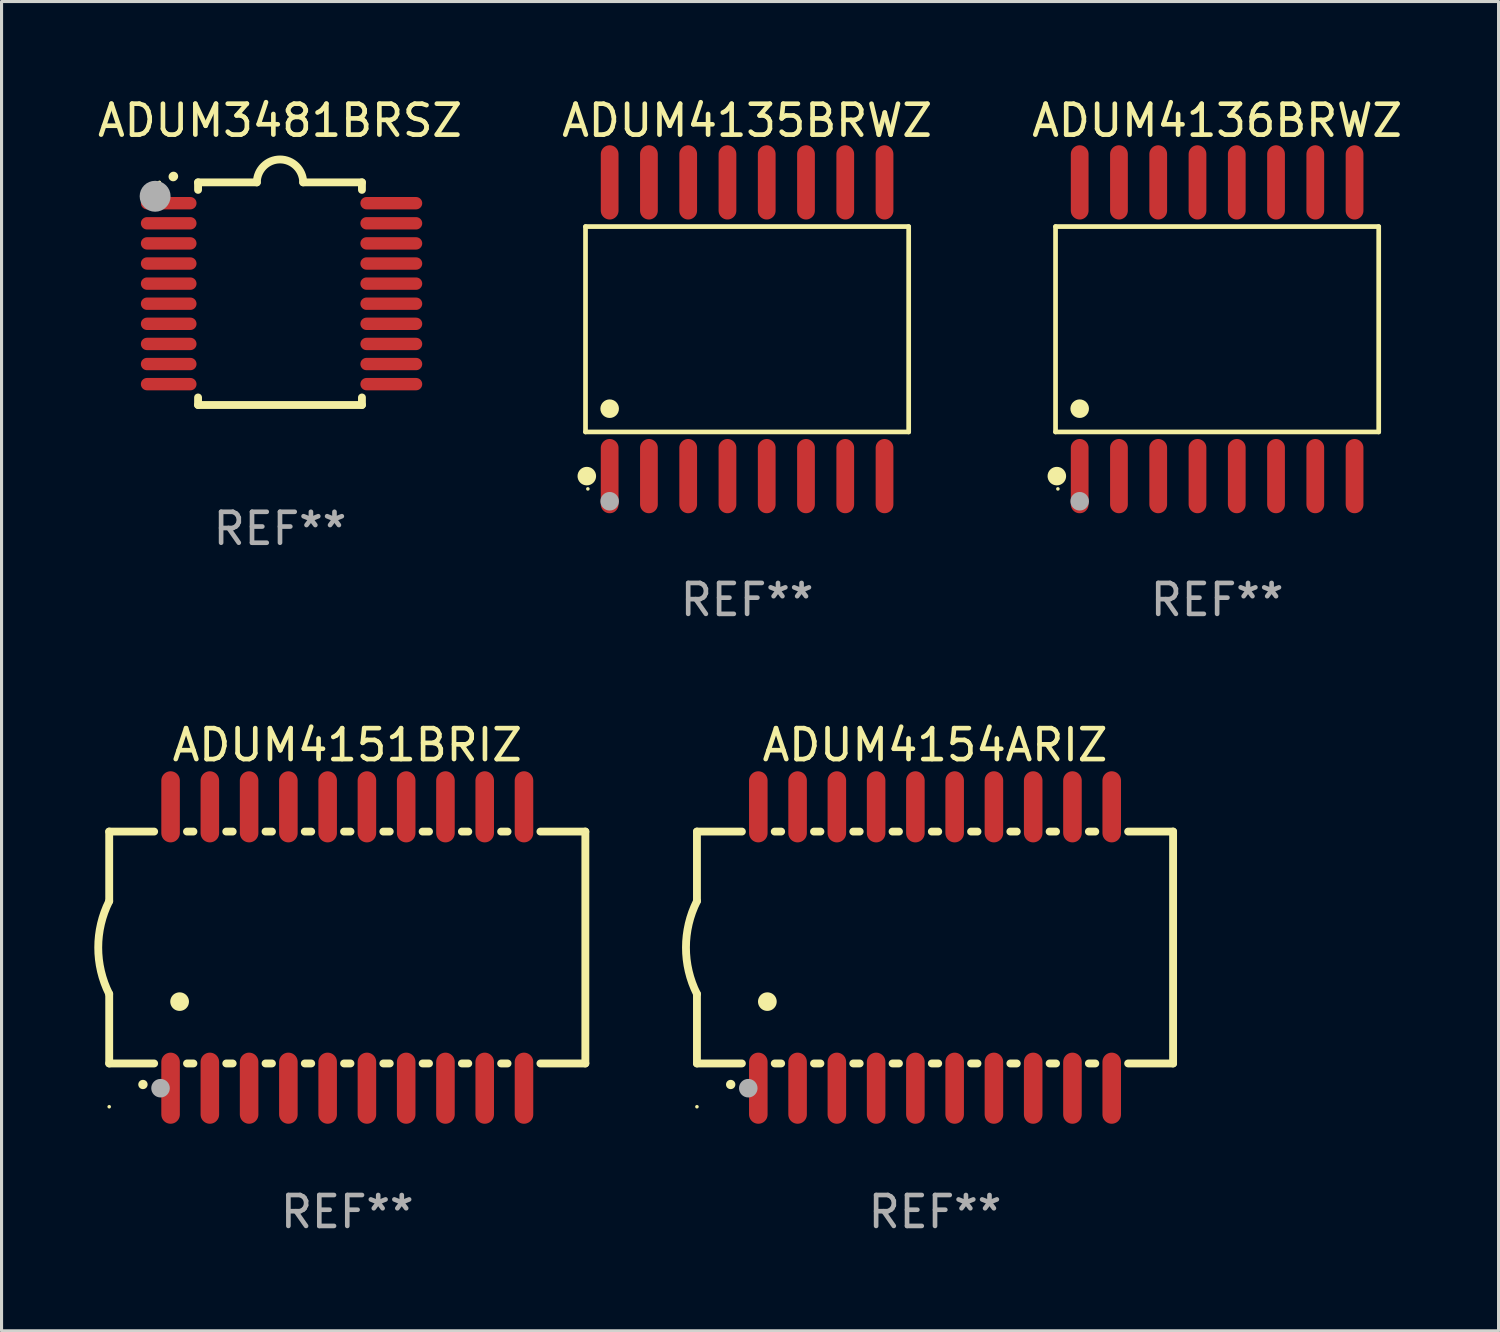
<source format=kicad_pcb>
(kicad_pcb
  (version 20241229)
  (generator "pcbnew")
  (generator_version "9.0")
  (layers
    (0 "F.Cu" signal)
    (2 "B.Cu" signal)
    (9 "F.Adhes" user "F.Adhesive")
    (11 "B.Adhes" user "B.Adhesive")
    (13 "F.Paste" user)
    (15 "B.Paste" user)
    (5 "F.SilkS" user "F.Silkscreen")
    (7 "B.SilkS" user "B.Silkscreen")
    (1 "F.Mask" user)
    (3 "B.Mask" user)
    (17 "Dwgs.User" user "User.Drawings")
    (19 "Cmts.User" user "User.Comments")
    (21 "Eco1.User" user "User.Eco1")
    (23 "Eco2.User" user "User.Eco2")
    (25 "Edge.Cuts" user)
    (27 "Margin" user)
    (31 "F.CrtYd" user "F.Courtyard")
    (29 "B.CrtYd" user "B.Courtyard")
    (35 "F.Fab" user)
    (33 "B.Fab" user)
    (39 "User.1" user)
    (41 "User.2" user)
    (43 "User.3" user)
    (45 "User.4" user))
  (footprint "ADUM4135BRWZ"
    (layer "F.Cu")
    (at 21.113 7.599)
    (property "Reference" "ADUM4135BRWZ" (at 0 -6.75 0) (layer "F.SilkS") (effects (font (size 1 1) (thickness 0.15))))
    (attr through_hole)
    (fp_line (start -5.226 -3.321) (end 5.226 -3.321) (stroke (width 0.152) (type solid)) (layer "F.SilkS"))
    (fp_line (start -5.226 3.321) (end -5.226 -3.321) (stroke (width 0.152) (type solid)) (layer "F.SilkS"))
    (fp_line (start 5.226 -3.321) (end 5.226 3.321) (stroke (width 0.152) (type solid)) (layer "F.SilkS"))
    (fp_line (start 5.226 3.321) (end -5.226 3.321) (stroke (width 0.152) (type solid)) (layer "F.SilkS"))
    (fp_circle (center -5.184 4.75) (end -5.034 4.75) (stroke (width 0.3) (type solid)) (fill no) (layer "F.SilkS"))
    (fp_circle (center -5.15 5.163) (end -5.12 5.163) (stroke (width 0.06) (type solid)) (fill no) (layer "F.SilkS"))
    (fp_circle (center -4.445 2.569) (end -4.295 2.569) (stroke (width 0.3) (type solid)) (fill no) (layer "F.SilkS"))
    (fp_circle (center -4.445 5.563) (end -4.295 5.563) (stroke (width 0.3) (type solid)) (fill no) (layer "F.Fab"))
    (fp_text user "REF**" (at 0 8.75 0) (layer "F.Fab") (effects (font (size 1 1) (thickness 0.15))))
    (pad "1" smd oval (at -4.445 4.75) (size 0.574 2.401) (layers "F.Cu" "F.Mask" "F.Paste"))
    (pad "2" smd oval (at -3.175 4.75) (size 0.574 2.401) (layers "F.Cu" "F.Mask" "F.Paste"))
    (pad "3" smd oval (at -1.905 4.75) (size 0.574 2.401) (layers "F.Cu" "F.Mask" "F.Paste"))
    (pad "4" smd oval (at -0.635 4.75) (size 0.574 2.401) (layers "F.Cu" "F.Mask" "F.Paste"))
    (pad "5" smd oval (at 0.635 4.75) (size 0.574 2.401) (layers "F.Cu" "F.Mask" "F.Paste"))
    (pad "6" smd oval (at 1.905 4.75) (size 0.574 2.401) (layers "F.Cu" "F.Mask" "F.Paste"))
    (pad "7" smd oval (at 3.175 4.75) (size 0.574 2.401) (layers "F.Cu" "F.Mask" "F.Paste"))
    (pad "8" smd oval (at 4.445 4.75) (size 0.574 2.401) (layers "F.Cu" "F.Mask" "F.Paste"))
    (pad "9" smd oval (at 4.445 -4.75) (size 0.574 2.401) (layers "F.Cu" "F.Mask" "F.Paste"))
    (pad "10" smd oval (at 3.175 -4.75) (size 0.574 2.401) (layers "F.Cu" "F.Mask" "F.Paste"))
    (pad "11" smd oval (at 1.905 -4.75) (size 0.574 2.401) (layers "F.Cu" "F.Mask" "F.Paste"))
    (pad "12" smd oval (at 0.635 -4.75) (size 0.574 2.401) (layers "F.Cu" "F.Mask" "F.Paste"))
    (pad "13" smd oval (at -0.635 -4.75) (size 0.574 2.401) (layers "F.Cu" "F.Mask" "F.Paste"))
    (pad "14" smd oval (at -1.905 -4.75) (size 0.574 2.401) (layers "F.Cu" "F.Mask" "F.Paste"))
    (pad "15" smd oval (at -3.175 -4.75) (size 0.574 2.401) (layers "F.Cu" "F.Mask" "F.Paste"))
    (pad "16" smd oval (at -4.445 -4.75) (size 0.574 2.401) (layers "F.Cu" "F.Mask" "F.Paste")))
  (footprint "ADUM4154ARIZ"
    (layer "F.Cu")
    (at 27.191 27.595)
    (property "Reference" "ADUM4154ARIZ" (at 0 -6.55 0) (layer "F.SilkS") (effects (font (size 1 1) (thickness 0.15))))
    (attr through_hole)
    (fp_line (start -7.7 -3.75) (end -7.7 -1.5) (stroke (width 0.254) (type solid)) (layer "F.SilkS"))
    (fp_line (start -7.7 -3.75) (end -6.246 -3.75) (stroke (width 0.254) (type solid)) (layer "F.SilkS"))
    (fp_line (start -7.7 3.75) (end -7.7 1.5) (stroke (width 0.254) (type solid)) (layer "F.SilkS"))
    (fp_line (start -7.7 3.75) (end -6.246 3.75) (stroke (width 0.254) (type solid)) (layer "F.SilkS"))
    (fp_line (start -5.184 -3.75) (end -4.976 -3.75) (stroke (width 0.254) (type solid)) (layer "F.SilkS"))
    (fp_line (start -5.184 3.75) (end -4.976 3.75) (stroke (width 0.254) (type solid)) (layer "F.SilkS"))
    (fp_line (start -3.914 -3.75) (end -3.706 -3.75) (stroke (width 0.254) (type solid)) (layer "F.SilkS"))
    (fp_line (start -3.914 3.75) (end -3.706 3.75) (stroke (width 0.254) (type solid)) (layer "F.SilkS"))
    (fp_line (start -2.644 -3.75) (end -2.436 -3.75) (stroke (width 0.254) (type solid)) (layer "F.SilkS"))
    (fp_line (start -2.644 3.75) (end -2.436 3.75) (stroke (width 0.254) (type solid)) (layer "F.SilkS"))
    (fp_line (start -1.374 -3.75) (end -1.166 -3.75) (stroke (width 0.254) (type solid)) (layer "F.SilkS"))
    (fp_line (start -1.374 3.75) (end -1.166 3.75) (stroke (width 0.254) (type solid)) (layer "F.SilkS"))
    (fp_line (start -0.104 -3.75) (end 0.104 -3.75) (stroke (width 0.254) (type solid)) (layer "F.SilkS"))
    (fp_line (start -0.104 3.75) (end 0.104 3.75) (stroke (width 0.254) (type solid)) (layer "F.SilkS"))
    (fp_line (start 1.166 -3.75) (end 1.374 -3.75) (stroke (width 0.254) (type solid)) (layer "F.SilkS"))
    (fp_line (start 1.166 3.75) (end 1.374 3.75) (stroke (width 0.254) (type solid)) (layer "F.SilkS"))
    (fp_line (start 2.436 -3.75) (end 2.644 -3.75) (stroke (width 0.254) (type solid)) (layer "F.SilkS"))
    (fp_line (start 2.436 3.75) (end 2.644 3.75) (stroke (width 0.254) (type solid)) (layer "F.SilkS"))
    (fp_line (start 3.706 -3.75) (end 3.914 -3.75) (stroke (width 0.254) (type solid)) (layer "F.SilkS"))
    (fp_line (start 3.706 3.75) (end 3.914 3.75) (stroke (width 0.254) (type solid)) (layer "F.SilkS"))
    (fp_line (start 4.976 -3.75) (end 5.184 -3.75) (stroke (width 0.254) (type solid)) (layer "F.SilkS"))
    (fp_line (start 4.976 3.75) (end 5.184 3.75) (stroke (width 0.254) (type solid)) (layer "F.SilkS"))
    (fp_line (start 6.246 -3.75) (end 7.7 -3.75) (stroke (width 0.254) (type solid)) (layer "F.SilkS"))
    (fp_line (start 6.246 3.75) (end 7.7 3.75) (stroke (width 0.254) (type solid)) (layer "F.SilkS"))
    (fp_line (start 7.7 -3.75) (end 7.7 3.75) (stroke (width 0.254) (type solid)) (layer "F.SilkS"))
    (fp_arc (start -7.700939 1.500889) (mid -8.05482 0.000388) (end -7.700025 -1.499898) (stroke (width 0.254001) (type solid)) (layer "F.SilkS"))
    (fp_arc (start -6.610008 4.430099) (mid -6.608738 4.430094) (end -6.607468 4.430099) (stroke (width 0.3) (type solid)) (layer "F.SilkS"))
    (fp_arc (start -5.425451 1.750165) (mid -5.422911 1.750154) (end -5.420371 1.750165) (stroke (width 0.6) (type solid)) (layer "F.SilkS"))
    (fp_circle (center -7.7 5.15) (end -7.67 5.15) (stroke (width 0.06) (type solid)) (fill no) (layer "F.SilkS"))
    (fp_circle (center -6.04 4.55) (end -5.89 4.55) (stroke (width 0.3) (type solid)) (fill no) (layer "F.Fab"))
    (fp_text user "REF**" (at 0 8.55 0) (layer "F.Fab") (effects (font (size 1 1) (thickness 0.15))))
    (pad "1" smd oval (at -5.715 4.55 180) (size 0.6 2.3) (layers "F.Cu" "F.Mask" "F.Paste"))
    (pad "2" smd oval (at -4.445 4.55 180) (size 0.6 2.3) (layers "F.Cu" "F.Mask" "F.Paste"))
    (pad "3" smd oval (at -3.175 4.55 180) (size 0.6 2.3) (layers "F.Cu" "F.Mask" "F.Paste"))
    (pad "4" smd oval (at -1.905 4.55 180) (size 0.6 2.3) (layers "F.Cu" "F.Mask" "F.Paste"))
    (pad "5" smd oval (at -0.635 4.55 180) (size 0.6 2.3) (layers "F.Cu" "F.Mask" "F.Paste"))
    (pad "6" smd oval (at 0.635 4.55 180) (size 0.6 2.3) (layers "F.Cu" "F.Mask" "F.Paste"))
    (pad "7" smd oval (at 1.905 4.55 180) (size 0.6 2.3) (layers "F.Cu" "F.Mask" "F.Paste"))
    (pad "8" smd oval (at 3.175 4.55 180) (size 0.6 2.3) (layers "F.Cu" "F.Mask" "F.Paste"))
    (pad "9" smd oval (at 4.445 4.55 180) (size 0.6 2.3) (layers "F.Cu" "F.Mask" "F.Paste"))
    (pad "10" smd oval (at 5.715 4.55 180) (size 0.6 2.3) (layers "F.Cu" "F.Mask" "F.Paste"))
    (pad "11" smd oval (at 5.715 -4.55 180) (size 0.6 2.3) (layers "F.Cu" "F.Mask" "F.Paste"))
    (pad "12" smd oval (at 4.445 -4.55 180) (size 0.6 2.3) (layers "F.Cu" "F.Mask" "F.Paste"))
    (pad "13" smd oval (at 3.175 -4.55 180) (size 0.6 2.3) (layers "F.Cu" "F.Mask" "F.Paste"))
    (pad "14" smd oval (at 1.905 -4.55 180) (size 0.6 2.3) (layers "F.Cu" "F.Mask" "F.Paste"))
    (pad "15" smd oval (at 0.635 -4.55 180) (size 0.6 2.3) (layers "F.Cu" "F.Mask" "F.Paste"))
    (pad "16" smd oval (at -0.635 -4.55 180) (size 0.6 2.3) (layers "F.Cu" "F.Mask" "F.Paste"))
    (pad "17" smd oval (at -1.905 -4.55 180) (size 0.6 2.3) (layers "F.Cu" "F.Mask" "F.Paste"))
    (pad "18" smd oval (at -3.175 -4.55 180) (size 0.6 2.3) (layers "F.Cu" "F.Mask" "F.Paste"))
    (pad "19" smd oval (at -4.445 -4.55 180) (size 0.6 2.3) (layers "F.Cu" "F.Mask" "F.Paste"))
    (pad "20" smd oval (at -5.715 -4.55 180) (size 0.6 2.3) (layers "F.Cu" "F.Mask" "F.Paste")))
  (footprint "ADUM4151BRIZ"
    (layer "F.Cu")
    (at 8.182 27.595)
    (property "Reference" "ADUM4151BRIZ" (at 0 -6.55 0) (layer "F.SilkS") (effects (font (size 1 1) (thickness 0.15))))
    (attr through_hole)
    (fp_line (start -7.7 -3.75) (end -7.7 -1.5) (stroke (width 0.254) (type solid)) (layer "F.SilkS"))
    (fp_line (start -7.7 -3.75) (end -6.246 -3.75) (stroke (width 0.254) (type solid)) (layer "F.SilkS"))
    (fp_line (start -7.7 3.75) (end -7.7 1.5) (stroke (width 0.254) (type solid)) (layer "F.SilkS"))
    (fp_line (start -7.7 3.75) (end -6.246 3.75) (stroke (width 0.254) (type solid)) (layer "F.SilkS"))
    (fp_line (start -5.184 -3.75) (end -4.976 -3.75) (stroke (width 0.254) (type solid)) (layer "F.SilkS"))
    (fp_line (start -5.184 3.75) (end -4.976 3.75) (stroke (width 0.254) (type solid)) (layer "F.SilkS"))
    (fp_line (start -3.914 -3.75) (end -3.706 -3.75) (stroke (width 0.254) (type solid)) (layer "F.SilkS"))
    (fp_line (start -3.914 3.75) (end -3.706 3.75) (stroke (width 0.254) (type solid)) (layer "F.SilkS"))
    (fp_line (start -2.644 -3.75) (end -2.436 -3.75) (stroke (width 0.254) (type solid)) (layer "F.SilkS"))
    (fp_line (start -2.644 3.75) (end -2.436 3.75) (stroke (width 0.254) (type solid)) (layer "F.SilkS"))
    (fp_line (start -1.374 -3.75) (end -1.166 -3.75) (stroke (width 0.254) (type solid)) (layer "F.SilkS"))
    (fp_line (start -1.374 3.75) (end -1.166 3.75) (stroke (width 0.254) (type solid)) (layer "F.SilkS"))
    (fp_line (start -0.104 -3.75) (end 0.104 -3.75) (stroke (width 0.254) (type solid)) (layer "F.SilkS"))
    (fp_line (start -0.104 3.75) (end 0.104 3.75) (stroke (width 0.254) (type solid)) (layer "F.SilkS"))
    (fp_line (start 1.166 -3.75) (end 1.374 -3.75) (stroke (width 0.254) (type solid)) (layer "F.SilkS"))
    (fp_line (start 1.166 3.75) (end 1.374 3.75) (stroke (width 0.254) (type solid)) (layer "F.SilkS"))
    (fp_line (start 2.436 -3.75) (end 2.644 -3.75) (stroke (width 0.254) (type solid)) (layer "F.SilkS"))
    (fp_line (start 2.436 3.75) (end 2.644 3.75) (stroke (width 0.254) (type solid)) (layer "F.SilkS"))
    (fp_line (start 3.706 -3.75) (end 3.914 -3.75) (stroke (width 0.254) (type solid)) (layer "F.SilkS"))
    (fp_line (start 3.706 3.75) (end 3.914 3.75) (stroke (width 0.254) (type solid)) (layer "F.SilkS"))
    (fp_line (start 4.976 -3.75) (end 5.184 -3.75) (stroke (width 0.254) (type solid)) (layer "F.SilkS"))
    (fp_line (start 4.976 3.75) (end 5.184 3.75) (stroke (width 0.254) (type solid)) (layer "F.SilkS"))
    (fp_line (start 6.246 -3.75) (end 7.7 -3.75) (stroke (width 0.254) (type solid)) (layer "F.SilkS"))
    (fp_line (start 6.246 3.75) (end 7.7 3.75) (stroke (width 0.254) (type solid)) (layer "F.SilkS"))
    (fp_line (start 7.7 -3.75) (end 7.7 3.75) (stroke (width 0.254) (type solid)) (layer "F.SilkS"))
    (fp_arc (start -7.700939 1.500889) (mid -8.05482 0.000388) (end -7.700025 -1.499898) (stroke (width 0.254001) (type solid)) (layer "F.SilkS"))
    (fp_arc (start -6.610008 4.430099) (mid -6.608738 4.430094) (end -6.607468 4.430099) (stroke (width 0.3) (type solid)) (layer "F.SilkS"))
    (fp_arc (start -5.425451 1.750165) (mid -5.422911 1.750154) (end -5.420371 1.750165) (stroke (width 0.6) (type solid)) (layer "F.SilkS"))
    (fp_circle (center -7.7 5.15) (end -7.67 5.15) (stroke (width 0.06) (type solid)) (fill no) (layer "F.SilkS"))
    (fp_circle (center -6.04 4.55) (end -5.89 4.55) (stroke (width 0.3) (type solid)) (fill no) (layer "F.Fab"))
    (fp_text user "REF**" (at 0 8.55 0) (layer "F.Fab") (effects (font (size 1 1) (thickness 0.15))))
    (pad "1" smd oval (at -5.715 4.55 180) (size 0.6 2.3) (layers "F.Cu" "F.Mask" "F.Paste"))
    (pad "2" smd oval (at -4.445 4.55 180) (size 0.6 2.3) (layers "F.Cu" "F.Mask" "F.Paste"))
    (pad "3" smd oval (at -3.175 4.55 180) (size 0.6 2.3) (layers "F.Cu" "F.Mask" "F.Paste"))
    (pad "4" smd oval (at -1.905 4.55 180) (size 0.6 2.3) (layers "F.Cu" "F.Mask" "F.Paste"))
    (pad "5" smd oval (at -0.635 4.55 180) (size 0.6 2.3) (layers "F.Cu" "F.Mask" "F.Paste"))
    (pad "6" smd oval (at 0.635 4.55 180) (size 0.6 2.3) (layers "F.Cu" "F.Mask" "F.Paste"))
    (pad "7" smd oval (at 1.905 4.55 180) (size 0.6 2.3) (layers "F.Cu" "F.Mask" "F.Paste"))
    (pad "8" smd oval (at 3.175 4.55 180) (size 0.6 2.3) (layers "F.Cu" "F.Mask" "F.Paste"))
    (pad "9" smd oval (at 4.445 4.55 180) (size 0.6 2.3) (layers "F.Cu" "F.Mask" "F.Paste"))
    (pad "10" smd oval (at 5.715 4.55 180) (size 0.6 2.3) (layers "F.Cu" "F.Mask" "F.Paste"))
    (pad "11" smd oval (at 5.715 -4.55 180) (size 0.6 2.3) (layers "F.Cu" "F.Mask" "F.Paste"))
    (pad "12" smd oval (at 4.445 -4.55 180) (size 0.6 2.3) (layers "F.Cu" "F.Mask" "F.Paste"))
    (pad "13" smd oval (at 3.175 -4.55 180) (size 0.6 2.3) (layers "F.Cu" "F.Mask" "F.Paste"))
    (pad "14" smd oval (at 1.905 -4.55 180) (size 0.6 2.3) (layers "F.Cu" "F.Mask" "F.Paste"))
    (pad "15" smd oval (at 0.635 -4.55 180) (size 0.6 2.3) (layers "F.Cu" "F.Mask" "F.Paste"))
    (pad "16" smd oval (at -0.635 -4.55 180) (size 0.6 2.3) (layers "F.Cu" "F.Mask" "F.Paste"))
    (pad "17" smd oval (at -1.905 -4.55 180) (size 0.6 2.3) (layers "F.Cu" "F.Mask" "F.Paste"))
    (pad "18" smd oval (at -3.175 -4.55 180) (size 0.6 2.3) (layers "F.Cu" "F.Mask" "F.Paste"))
    (pad "19" smd oval (at -4.445 -4.55 180) (size 0.6 2.3) (layers "F.Cu" "F.Mask" "F.Paste"))
    (pad "20" smd oval (at -5.715 -4.55 180) (size 0.6 2.3) (layers "F.Cu" "F.Mask" "F.Paste")))
  (footprint "ADUM3481BRSZ"
    (layer "F.Cu")
    (at 6.006 6.448)
    (property "Reference" "ADUM3481BRSZ" (at 0 -5.6 0) (layer "F.SilkS") (effects (font (size 1 1) (thickness 0.15))))
    (attr through_hole)
    (fp_line (start -2.65 -3.6) (end -2.65 -3.357) (stroke (width 0.254) (type solid)) (layer "F.SilkS"))
    (fp_line (start -2.65 -3.6) (end -0.75 -3.6) (stroke (width 0.254) (type solid)) (layer "F.SilkS"))
    (fp_line (start -2.65 3.357) (end -2.65 3.6) (stroke (width 0.254) (type solid)) (layer "F.SilkS"))
    (fp_line (start 2.65 -3.6) (end 0.75 -3.6) (stroke (width 0.254) (type solid)) (layer "F.SilkS"))
    (fp_line (start 2.65 -3.6) (end 2.65 -3.357) (stroke (width 0.254) (type solid)) (layer "F.SilkS"))
    (fp_line (start 2.65 3.357) (end 2.65 3.6) (stroke (width 0.254) (type solid)) (layer "F.SilkS"))
    (fp_line (start 2.65 3.6) (end -2.65 3.6) (stroke (width 0.254) (type solid)) (layer "F.SilkS"))
    (fp_arc (start -3.454407 -3.784608) (mid -3.449499 -3.78986) (end -3.444247 -3.794768) (stroke (width 0.3) (type solid)) (layer "F.SilkS"))
    (fp_arc (start -0.749301 -3.599186) (mid -0.000051 -4.348844) (end 0.750013 -3.6) (stroke (width 0.254001) (type solid)) (layer "F.SilkS"))
    (fp_circle (center -3.9 -3.6) (end -3.87 -3.6) (stroke (width 0.06) (type solid)) (fill no) (layer "F.SilkS"))
    (fp_circle (center -4.039 -3.15) (end -3.789 -3.15) (stroke (width 0.5) (type solid)) (fill no) (layer "F.Fab"))
    (fp_text user "REF**" (at 0 7.6 0) (layer "F.Fab") (effects (font (size 1 1) (thickness 0.15))))
    (pad "1" smd oval (at -3.6 -2.926 90) (size 0.4 1.8) (layers "F.Cu" "F.Mask" "F.Paste"))
    (pad "2" smd oval (at -3.6 -2.276 90) (size 0.4 1.8) (layers "F.Cu" "F.Mask" "F.Paste"))
    (pad "3" smd oval (at -3.6 -1.626 90) (size 0.4 1.8) (layers "F.Cu" "F.Mask" "F.Paste"))
    (pad "4" smd oval (at -3.6 -0.975 90) (size 0.4 1.8) (layers "F.Cu" "F.Mask" "F.Paste"))
    (pad "5" smd oval (at -3.6 -0.325 90) (size 0.4 1.8) (layers "F.Cu" "F.Mask" "F.Paste"))
    (pad "6" smd oval (at -3.6 0.325 90) (size 0.4 1.8) (layers "F.Cu" "F.Mask" "F.Paste"))
    (pad "7" smd oval (at -3.6 0.975 90) (size 0.4 1.8) (layers "F.Cu" "F.Mask" "F.Paste"))
    (pad "8" smd oval (at -3.6 1.626 90) (size 0.4 1.8) (layers "F.Cu" "F.Mask" "F.Paste"))
    (pad "9" smd oval (at -3.6 2.276 90) (size 0.4 1.8) (layers "F.Cu" "F.Mask" "F.Paste"))
    (pad "10" smd oval (at -3.6 2.926 90) (size 0.4 1.8) (layers "F.Cu" "F.Mask" "F.Paste"))
    (pad "11" smd oval (at 3.6 2.926 90) (size 0.4 2) (layers "F.Cu" "F.Mask" "F.Paste"))
    (pad "12" smd oval (at 3.6 2.276 90) (size 0.4 2) (layers "F.Cu" "F.Mask" "F.Paste"))
    (pad "13" smd oval (at 3.6 1.626 90) (size 0.4 2) (layers "F.Cu" "F.Mask" "F.Paste"))
    (pad "14" smd oval (at 3.6 0.975 90) (size 0.4 2) (layers "F.Cu" "F.Mask" "F.Paste"))
    (pad "15" smd oval (at 3.6 0.325 90) (size 0.4 2) (layers "F.Cu" "F.Mask" "F.Paste"))
    (pad "16" smd oval (at 3.6 -0.325 90) (size 0.4 2) (layers "F.Cu" "F.Mask" "F.Paste"))
    (pad "17" smd oval (at 3.6 -0.975 90) (size 0.4 2) (layers "F.Cu" "F.Mask" "F.Paste"))
    (pad "18" smd oval (at 3.6 -1.626 90) (size 0.4 2) (layers "F.Cu" "F.Mask" "F.Paste"))
    (pad "19" smd oval (at 3.6 -2.276 90) (size 0.4 2) (layers "F.Cu" "F.Mask" "F.Paste"))
    (pad "20" smd oval (at 3.6 -2.926 90) (size 0.4 2) (layers "F.Cu" "F.Mask" "F.Paste")))
  (footprint "ADUM4136BRWZ"
    (layer "F.Cu")
    (at 36.315 7.599)
    (property "Reference" "ADUM4136BRWZ" (at 0 -6.75 0) (layer "F.SilkS") (effects (font (size 1 1) (thickness 0.15))))
    (attr through_hole)
    (fp_line (start -5.226 -3.321) (end 5.226 -3.321) (stroke (width 0.152) (type solid)) (layer "F.SilkS"))
    (fp_line (start -5.226 3.321) (end -5.226 -3.321) (stroke (width 0.152) (type solid)) (layer "F.SilkS"))
    (fp_line (start 5.226 -3.321) (end 5.226 3.321) (stroke (width 0.152) (type solid)) (layer "F.SilkS"))
    (fp_line (start 5.226 3.321) (end -5.226 3.321) (stroke (width 0.152) (type solid)) (layer "F.SilkS"))
    (fp_circle (center -5.184 4.75) (end -5.034 4.75) (stroke (width 0.3) (type solid)) (fill no) (layer "F.SilkS"))
    (fp_circle (center -5.15 5.163) (end -5.12 5.163) (stroke (width 0.06) (type solid)) (fill no) (layer "F.SilkS"))
    (fp_circle (center -4.445 2.569) (end -4.295 2.569) (stroke (width 0.3) (type solid)) (fill no) (layer "F.SilkS"))
    (fp_circle (center -4.445 5.563) (end -4.295 5.563) (stroke (width 0.3) (type solid)) (fill no) (layer "F.Fab"))
    (fp_text user "REF**" (at 0 8.75 0) (layer "F.Fab") (effects (font (size 1 1) (thickness 0.15))))
    (pad "1" smd oval (at -4.445 4.75) (size 0.574 2.401) (layers "F.Cu" "F.Mask" "F.Paste"))
    (pad "2" smd oval (at -3.175 4.75) (size 0.574 2.401) (layers "F.Cu" "F.Mask" "F.Paste"))
    (pad "3" smd oval (at -1.905 4.75) (size 0.574 2.401) (layers "F.Cu" "F.Mask" "F.Paste"))
    (pad "4" smd oval (at -0.635 4.75) (size 0.574 2.401) (layers "F.Cu" "F.Mask" "F.Paste"))
    (pad "5" smd oval (at 0.635 4.75) (size 0.574 2.401) (layers "F.Cu" "F.Mask" "F.Paste"))
    (pad "6" smd oval (at 1.905 4.75) (size 0.574 2.401) (layers "F.Cu" "F.Mask" "F.Paste"))
    (pad "7" smd oval (at 3.175 4.75) (size 0.574 2.401) (layers "F.Cu" "F.Mask" "F.Paste"))
    (pad "8" smd oval (at 4.445 4.75) (size 0.574 2.401) (layers "F.Cu" "F.Mask" "F.Paste"))
    (pad "9" smd oval (at 4.445 -4.75) (size 0.574 2.401) (layers "F.Cu" "F.Mask" "F.Paste"))
    (pad "10" smd oval (at 3.175 -4.75) (size 0.574 2.401) (layers "F.Cu" "F.Mask" "F.Paste"))
    (pad "11" smd oval (at 1.905 -4.75) (size 0.574 2.401) (layers "F.Cu" "F.Mask" "F.Paste"))
    (pad "12" smd oval (at 0.635 -4.75) (size 0.574 2.401) (layers "F.Cu" "F.Mask" "F.Paste"))
    (pad "13" smd oval (at -0.635 -4.75) (size 0.574 2.401) (layers "F.Cu" "F.Mask" "F.Paste"))
    (pad "14" smd oval (at -1.905 -4.75) (size 0.574 2.401) (layers "F.Cu" "F.Mask" "F.Paste"))
    (pad "15" smd oval (at -3.175 -4.75) (size 0.574 2.401) (layers "F.Cu" "F.Mask" "F.Paste"))
    (pad "16" smd oval (at -4.445 -4.75) (size 0.574 2.401) (layers "F.Cu" "F.Mask" "F.Paste")))
  (gr_rect
    (start -3 -3)
    (end 45.417 39.993)
    (stroke (width 0.1) (type default))
    (fill no)
    (layer "Edge.Cuts")))
</source>
